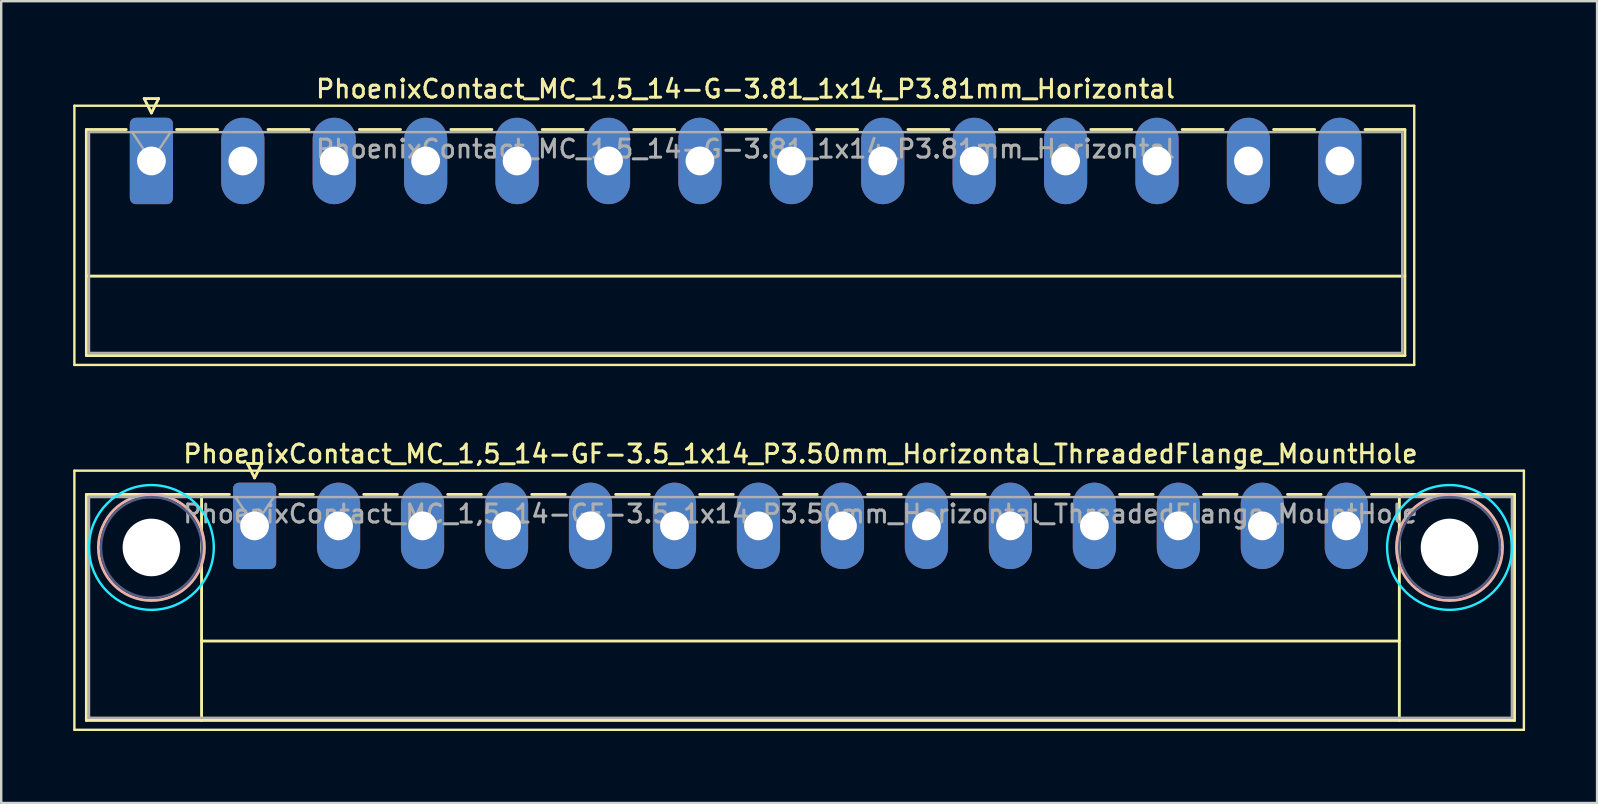
<source format=kicad_pcb>
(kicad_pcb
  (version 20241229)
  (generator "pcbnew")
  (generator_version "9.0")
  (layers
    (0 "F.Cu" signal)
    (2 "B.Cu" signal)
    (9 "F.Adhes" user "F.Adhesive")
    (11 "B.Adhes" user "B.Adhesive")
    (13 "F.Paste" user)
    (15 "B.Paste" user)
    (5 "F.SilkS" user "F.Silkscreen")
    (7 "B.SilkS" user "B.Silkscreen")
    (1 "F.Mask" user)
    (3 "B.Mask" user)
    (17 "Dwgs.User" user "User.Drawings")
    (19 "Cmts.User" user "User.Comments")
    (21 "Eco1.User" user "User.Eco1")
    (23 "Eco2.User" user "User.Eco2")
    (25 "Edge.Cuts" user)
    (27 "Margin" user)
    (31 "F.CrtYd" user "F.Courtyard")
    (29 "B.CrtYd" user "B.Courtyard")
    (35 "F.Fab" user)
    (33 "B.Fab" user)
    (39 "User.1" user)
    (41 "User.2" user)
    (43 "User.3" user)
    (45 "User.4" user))
  (footprint "PhoenixContact_MC_1,5_14-G-3.81_1x14_P3.81mm_Horizontal"
    (layer "F.Cu")
    (at 3.26 3.658)
    (property "Reference" "PhoenixContact_MC_1,5_14-G-3.81_1x14_P3.81mm_Horizontal" (at 24.76 -3 0) (layer "F.SilkS") (effects (font (size 0.75 0.75) (thickness 0.125))))
    (attr through_hole)
    (fp_line (start -3.21 -2.3) (end -3.21 8.5) (stroke (width 0.1) (type solid)) (layer "F.SilkS"))
    (fp_line (start -3.21 8.5) (end 52.63 8.5) (stroke (width 0.1) (type solid)) (layer "F.SilkS"))
    (fp_line (start -2.71 -1.31) (end -2.71 8.11) (stroke (width 0.12) (type solid)) (layer "F.SilkS"))
    (fp_line (start -2.71 -1.31) (end -1.05 -1.31) (stroke (width 0.12) (type solid)) (layer "F.SilkS"))
    (fp_line (start -2.71 4.8) (end 52.24 4.8) (stroke (width 0.12) (type solid)) (layer "F.SilkS"))
    (fp_line (start -2.71 8.11) (end 52.24 8.11) (stroke (width 0.12) (type solid)) (layer "F.SilkS"))
    (fp_line (start -0.3 -2.6) (end 0.3 -2.6) (stroke (width 0.12) (type solid)) (layer "F.SilkS"))
    (fp_line (start 0 -2) (end -0.3 -2.6) (stroke (width 0.12) (type solid)) (layer "F.SilkS"))
    (fp_line (start 0.3 -2.6) (end 0 -2) (stroke (width 0.12) (type solid)) (layer "F.SilkS"))
    (fp_line (start 1.05 -1.31) (end 2.76 -1.31) (stroke (width 0.12) (type solid)) (layer "F.SilkS"))
    (fp_line (start 4.86 -1.31) (end 6.57 -1.31) (stroke (width 0.12) (type solid)) (layer "F.SilkS"))
    (fp_line (start 8.67 -1.31) (end 10.38 -1.31) (stroke (width 0.12) (type solid)) (layer "F.SilkS"))
    (fp_line (start 12.48 -1.31) (end 14.19 -1.31) (stroke (width 0.12) (type solid)) (layer "F.SilkS"))
    (fp_line (start 16.29 -1.31) (end 18 -1.31) (stroke (width 0.12) (type solid)) (layer "F.SilkS"))
    (fp_line (start 20.1 -1.31) (end 21.81 -1.31) (stroke (width 0.12) (type solid)) (layer "F.SilkS"))
    (fp_line (start 23.91 -1.31) (end 25.62 -1.31) (stroke (width 0.12) (type solid)) (layer "F.SilkS"))
    (fp_line (start 27.72 -1.31) (end 29.43 -1.31) (stroke (width 0.12) (type solid)) (layer "F.SilkS"))
    (fp_line (start 31.53 -1.31) (end 33.24 -1.31) (stroke (width 0.12) (type solid)) (layer "F.SilkS"))
    (fp_line (start 35.34 -1.31) (end 37.05 -1.31) (stroke (width 0.12) (type solid)) (layer "F.SilkS"))
    (fp_line (start 39.15 -1.31) (end 40.86 -1.31) (stroke (width 0.12) (type solid)) (layer "F.SilkS"))
    (fp_line (start 42.96 -1.31) (end 44.67 -1.31) (stroke (width 0.12) (type solid)) (layer "F.SilkS"))
    (fp_line (start 46.77 -1.31) (end 48.48 -1.31) (stroke (width 0.12) (type solid)) (layer "F.SilkS"))
    (fp_line (start 52.24 -1.31) (end 50.58 -1.31) (stroke (width 0.12) (type solid)) (layer "F.SilkS"))
    (fp_line (start 52.24 8.11) (end 52.24 -1.31) (stroke (width 0.12) (type solid)) (layer "F.SilkS"))
    (fp_line (start 52.63 -2.3) (end -3.21 -2.3) (stroke (width 0.1) (type solid)) (layer "F.SilkS"))
    (fp_line (start 52.63 8.5) (end 52.63 -2.3) (stroke (width 0.1) (type solid)) (layer "F.SilkS"))
    (fp_line (start -2.6 -1.2) (end -2.6 8) (stroke (width 0.1) (type solid)) (layer "F.Fab"))
    (fp_line (start -2.6 8) (end 52.13 8) (stroke (width 0.1) (type solid)) (layer "F.Fab"))
    (fp_line (start 0 0) (end -0.8 -1.2) (stroke (width 0.1) (type solid)) (layer "F.Fab"))
    (fp_line (start 0.8 -1.2) (end 0 0) (stroke (width 0.1) (type solid)) (layer "F.Fab"))
    (fp_line (start 52.13 -1.2) (end -2.6 -1.2) (stroke (width 0.1) (type solid)) (layer "F.Fab"))
    (fp_line (start 52.13 8) (end 52.13 -1.2) (stroke (width 0.1) (type solid)) (layer "F.Fab"))
    (fp_text user "${REFERENCE}" (at 24.76 -0.5 0) (layer "F.Fab") (effects (font (size 0.75 0.75) (thickness 0.125))))
    (pad "1" thru_hole roundrect (at 0 0) (size 1.8 3.6) (drill 1.2) (layers "*.Cu" "*.Mask") (roundrect_rratio 0.139))
    (pad "2" thru_hole oval (at 3.81 0) (size 1.8 3.6) (drill 1.2) (layers "*.Cu" "*.Mask"))
    (pad "3" thru_hole oval (at 7.62 0) (size 1.8 3.6) (drill 1.2) (layers "*.Cu" "*.Mask"))
    (pad "4" thru_hole oval (at 11.43 0) (size 1.8 3.6) (drill 1.2) (layers "*.Cu" "*.Mask"))
    (pad "5" thru_hole oval (at 15.24 0) (size 1.8 3.6) (drill 1.2) (layers "*.Cu" "*.Mask"))
    (pad "6" thru_hole oval (at 19.05 0) (size 1.8 3.6) (drill 1.2) (layers "*.Cu" "*.Mask"))
    (pad "7" thru_hole oval (at 22.86 0) (size 1.8 3.6) (drill 1.2) (layers "*.Cu" "*.Mask"))
    (pad "8" thru_hole oval (at 26.67 0) (size 1.8 3.6) (drill 1.2) (layers "*.Cu" "*.Mask"))
    (pad "9" thru_hole oval (at 30.48 0) (size 1.8 3.6) (drill 1.2) (layers "*.Cu" "*.Mask"))
    (pad "10" thru_hole oval (at 34.29 0) (size 1.8 3.6) (drill 1.2) (layers "*.Cu" "*.Mask"))
    (pad "11" thru_hole oval (at 38.1 0) (size 1.8 3.6) (drill 1.2) (layers "*.Cu" "*.Mask"))
    (pad "12" thru_hole oval (at 41.91 0) (size 1.8 3.6) (drill 1.2) (layers "*.Cu" "*.Mask"))
    (pad "13" thru_hole oval (at 45.72 0) (size 1.8 3.6) (drill 1.2) (layers "*.Cu" "*.Mask"))
    (pad "14" thru_hole oval (at 49.53 0) (size 1.8 3.6) (drill 1.2) (layers "*.Cu" "*.Mask")))
  (footprint "PhoenixContact_MC_1,5_14-GF-3.5_1x14_P3.50mm_Horizontal_ThreadedFlange_MountHole"
    (layer "F.Cu")
    (at 7.56 18.866)
    (property "Reference" "PhoenixContact_MC_1,5_14-GF-3.5_1x14_P3.50mm_Horizontal_ThreadedFlange_MountHole" (at 22.75 -3 0) (layer "F.SilkS") (effects (font (size 0.75 0.75) (thickness 0.125))))
    (attr through_hole)
    (fp_line (start -7.51 -2.3) (end -7.51 8.5) (stroke (width 0.1) (type solid)) (layer "F.SilkS"))
    (fp_line (start -7.51 8.5) (end 52.9 8.5) (stroke (width 0.1) (type solid)) (layer "F.SilkS"))
    (fp_line (start -7.01 -1.31) (end -7.01 8.11) (stroke (width 0.12) (type solid)) (layer "F.SilkS"))
    (fp_line (start -7.01 -1.31) (end -1.05 -1.31) (stroke (width 0.12) (type solid)) (layer "F.SilkS"))
    (fp_line (start -7.01 8.11) (end 52.51 8.11) (stroke (width 0.12) (type solid)) (layer "F.SilkS"))
    (fp_line (start -2.21 -1.31) (end -2.21 8.11) (stroke (width 0.12) (type solid)) (layer "F.SilkS"))
    (fp_line (start -2.21 4.8) (end 47.71 4.8) (stroke (width 0.12) (type solid)) (layer "F.SilkS"))
    (fp_line (start -0.3 -2.6) (end 0.3 -2.6) (stroke (width 0.12) (type solid)) (layer "F.SilkS"))
    (fp_line (start 0 -2) (end -0.3 -2.6) (stroke (width 0.12) (type solid)) (layer "F.SilkS"))
    (fp_line (start 0.3 -2.6) (end 0 -2) (stroke (width 0.12) (type solid)) (layer "F.SilkS"))
    (fp_line (start 1.05 -1.31) (end 2.45 -1.31) (stroke (width 0.12) (type solid)) (layer "F.SilkS"))
    (fp_line (start 4.55 -1.31) (end 5.95 -1.31) (stroke (width 0.12) (type solid)) (layer "F.SilkS"))
    (fp_line (start 8.05 -1.31) (end 9.45 -1.31) (stroke (width 0.12) (type solid)) (layer "F.SilkS"))
    (fp_line (start 11.55 -1.31) (end 12.95 -1.31) (stroke (width 0.12) (type solid)) (layer "F.SilkS"))
    (fp_line (start 15.05 -1.31) (end 16.45 -1.31) (stroke (width 0.12) (type solid)) (layer "F.SilkS"))
    (fp_line (start 18.55 -1.31) (end 19.95 -1.31) (stroke (width 0.12) (type solid)) (layer "F.SilkS"))
    (fp_line (start 22.05 -1.31) (end 23.45 -1.31) (stroke (width 0.12) (type solid)) (layer "F.SilkS"))
    (fp_line (start 25.55 -1.31) (end 26.95 -1.31) (stroke (width 0.12) (type solid)) (layer "F.SilkS"))
    (fp_line (start 29.05 -1.31) (end 30.45 -1.31) (stroke (width 0.12) (type solid)) (layer "F.SilkS"))
    (fp_line (start 32.55 -1.31) (end 33.95 -1.31) (stroke (width 0.12) (type solid)) (layer "F.SilkS"))
    (fp_line (start 36.05 -1.31) (end 37.45 -1.31) (stroke (width 0.12) (type solid)) (layer "F.SilkS"))
    (fp_line (start 39.55 -1.31) (end 40.95 -1.31) (stroke (width 0.12) (type solid)) (layer "F.SilkS"))
    (fp_line (start 43.05 -1.31) (end 44.45 -1.31) (stroke (width 0.12) (type solid)) (layer "F.SilkS"))
    (fp_line (start 47.71 -1.31) (end 47.71 8.11) (stroke (width 0.12) (type solid)) (layer "F.SilkS"))
    (fp_line (start 52.51 -1.31) (end 46.55 -1.31) (stroke (width 0.12) (type solid)) (layer "F.SilkS"))
    (fp_line (start 52.51 8.11) (end 52.51 -1.31) (stroke (width 0.12) (type solid)) (layer "F.SilkS"))
    (fp_line (start 52.9 -2.3) (end -7.51 -2.3) (stroke (width 0.1) (type solid)) (layer "F.SilkS"))
    (fp_line (start 52.9 8.5) (end 52.9 -2.3) (stroke (width 0.1) (type solid)) (layer "F.SilkS"))
    (fp_circle (center -4.3 0.9) (end -2.09 0.9) (stroke (width 0.12) (type solid)) (fill no) (layer "B.SilkS"))
    (fp_circle (center 49.8 0.9) (end 52.01 0.9) (stroke (width 0.12) (type solid)) (fill no) (layer "B.SilkS"))
    (fp_circle (center -4.3 0.9) (end -1.7 0.9) (stroke (width 0.1) (type solid)) (fill no) (layer "B.CrtYd"))
    (fp_circle (center 49.8 0.9) (end 52.4 0.9) (stroke (width 0.1) (type solid)) (fill no) (layer "B.CrtYd"))
    (fp_circle (center -4.3 0.9) (end -2.2 0.9) (stroke (width 0.1) (type solid)) (fill no) (layer "B.Fab"))
    (fp_circle (center 49.8 0.9) (end 51.9 0.9) (stroke (width 0.1) (type solid)) (fill no) (layer "B.Fab"))
    (fp_line (start -6.9 -1.2) (end -6.9 8) (stroke (width 0.1) (type solid)) (layer "F.Fab"))
    (fp_line (start -6.9 8) (end 52.4 8) (stroke (width 0.1) (type solid)) (layer "F.Fab"))
    (fp_line (start 0 0) (end -0.8 -1.2) (stroke (width 0.1) (type solid)) (layer "F.Fab"))
    (fp_line (start 0.8 -1.2) (end 0 0) (stroke (width 0.1) (type solid)) (layer "F.Fab"))
    (fp_line (start 52.4 -1.2) (end -6.9 -1.2) (stroke (width 0.1) (type solid)) (layer "F.Fab"))
    (fp_line (start 52.4 8) (end 52.4 -1.2) (stroke (width 0.1) (type solid)) (layer "F.Fab"))
    (fp_text user "${REFERENCE}" (at 22.75 -0.5 0) (layer "F.Fab") (effects (font (size 0.75 0.75) (thickness 0.125))))
    (pad "" np_thru_hole circle (at -4.3 0.9) (size 2.4 2.4) (drill 2.4) (layers "*.Cu" "*.Mask"))
    (pad "" np_thru_hole circle (at 49.8 0.9) (size 2.4 2.4) (drill 2.4) (layers "*.Cu" "*.Mask"))
    (pad "1" thru_hole roundrect (at 0 0) (size 1.8 3.6) (drill 1.2) (layers "*.Cu" "*.Mask") (roundrect_rratio 0.139))
    (pad "2" thru_hole oval (at 3.5 0) (size 1.8 3.6) (drill 1.2) (layers "*.Cu" "*.Mask"))
    (pad "3" thru_hole oval (at 7 0) (size 1.8 3.6) (drill 1.2) (layers "*.Cu" "*.Mask"))
    (pad "4" thru_hole oval (at 10.5 0) (size 1.8 3.6) (drill 1.2) (layers "*.Cu" "*.Mask"))
    (pad "5" thru_hole oval (at 14 0) (size 1.8 3.6) (drill 1.2) (layers "*.Cu" "*.Mask"))
    (pad "6" thru_hole oval (at 17.5 0) (size 1.8 3.6) (drill 1.2) (layers "*.Cu" "*.Mask"))
    (pad "7" thru_hole oval (at 21 0) (size 1.8 3.6) (drill 1.2) (layers "*.Cu" "*.Mask"))
    (pad "8" thru_hole oval (at 24.5 0) (size 1.8 3.6) (drill 1.2) (layers "*.Cu" "*.Mask"))
    (pad "9" thru_hole oval (at 28 0) (size 1.8 3.6) (drill 1.2) (layers "*.Cu" "*.Mask"))
    (pad "10" thru_hole oval (at 31.5 0) (size 1.8 3.6) (drill 1.2) (layers "*.Cu" "*.Mask"))
    (pad "11" thru_hole oval (at 35 0) (size 1.8 3.6) (drill 1.2) (layers "*.Cu" "*.Mask"))
    (pad "12" thru_hole oval (at 38.5 0) (size 1.8 3.6) (drill 1.2) (layers "*.Cu" "*.Mask"))
    (pad "13" thru_hole oval (at 42 0) (size 1.8 3.6) (drill 1.2) (layers "*.Cu" "*.Mask"))
    (pad "14" thru_hole oval (at 45.5 0) (size 1.8 3.6) (drill 1.2) (layers "*.Cu" "*.Mask")))
  (gr_rect
    (start -3 -3)
    (end 63.51 30.416)
    (stroke (width 0.1) (type default))
    (fill no)
    (layer "Edge.Cuts")))
</source>
